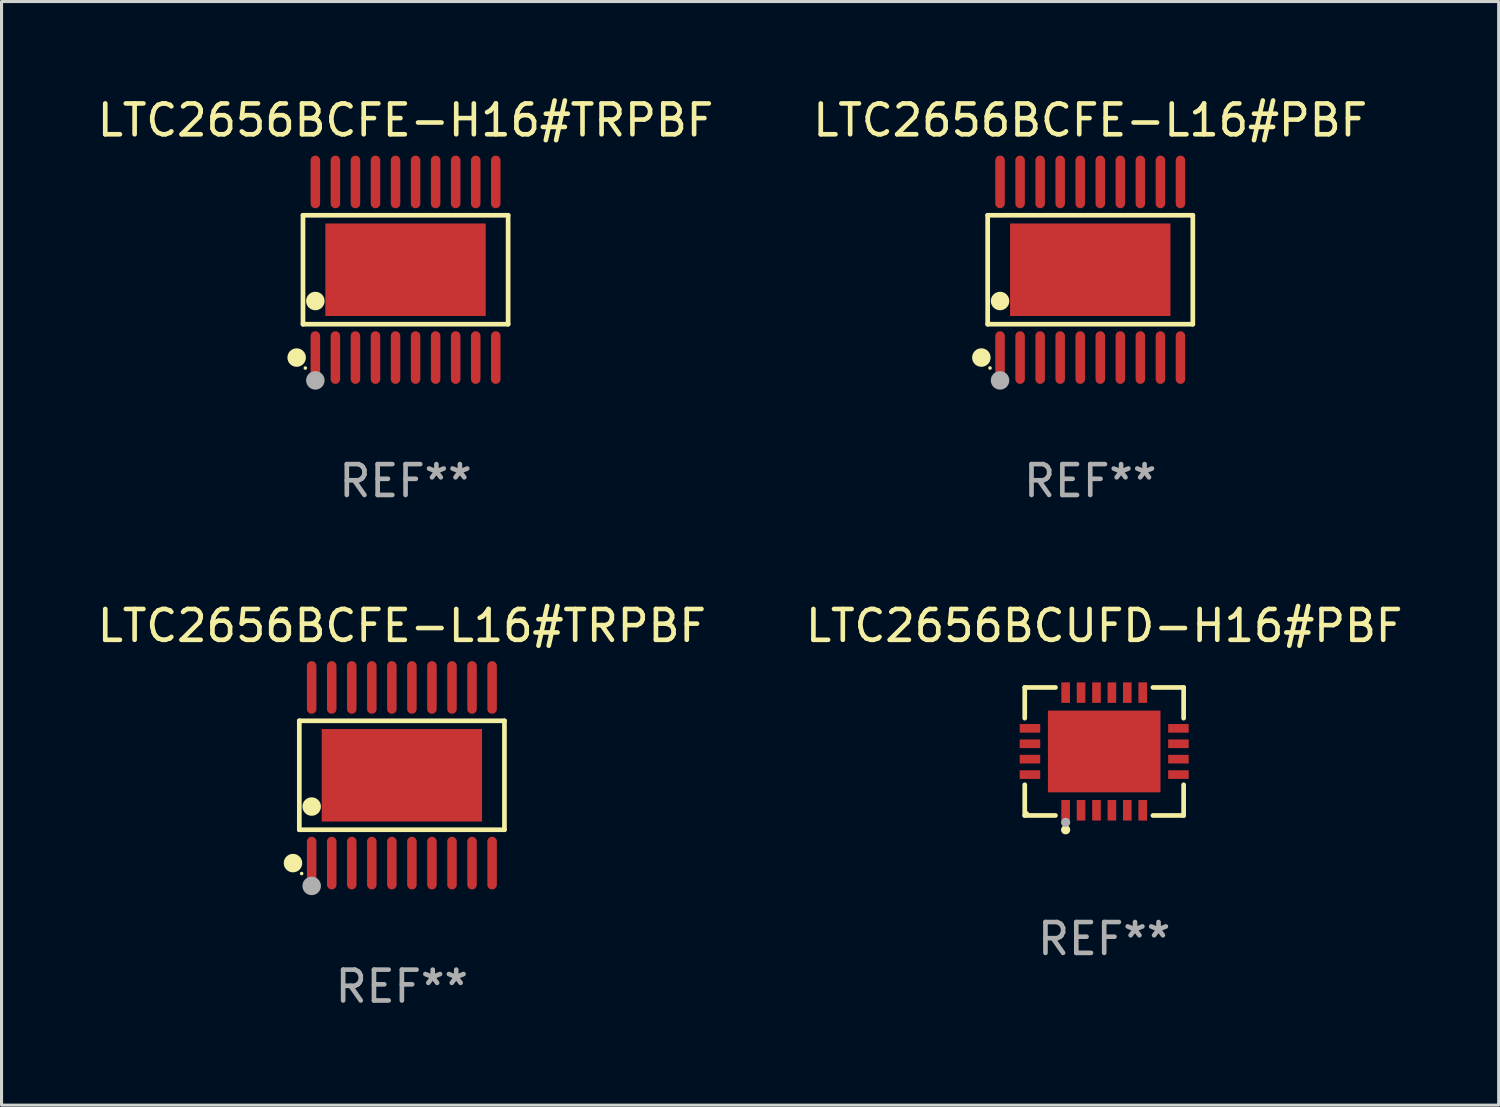
<source format=kicad_pcb>
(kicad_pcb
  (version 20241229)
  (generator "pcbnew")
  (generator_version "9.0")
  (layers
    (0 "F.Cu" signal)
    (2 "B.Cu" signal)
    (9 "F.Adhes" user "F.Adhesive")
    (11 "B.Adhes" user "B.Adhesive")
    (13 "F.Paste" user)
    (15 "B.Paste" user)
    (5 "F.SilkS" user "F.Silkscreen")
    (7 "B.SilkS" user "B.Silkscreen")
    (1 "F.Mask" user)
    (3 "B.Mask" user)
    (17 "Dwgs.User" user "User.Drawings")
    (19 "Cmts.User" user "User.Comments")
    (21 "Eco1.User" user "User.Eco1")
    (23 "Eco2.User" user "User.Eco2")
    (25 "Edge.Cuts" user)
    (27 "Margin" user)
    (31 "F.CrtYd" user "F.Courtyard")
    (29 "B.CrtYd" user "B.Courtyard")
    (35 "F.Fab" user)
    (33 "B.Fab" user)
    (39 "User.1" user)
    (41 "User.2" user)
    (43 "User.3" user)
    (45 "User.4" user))
  (footprint "LTC2656BCFE-L16#PBF"
    (layer "F.Cu")
    (at 32.304 5.697)
    (property "Reference" "LTC2656BCFE-L16#PBF" (at 0 -4.848 0) (layer "F.SilkS") (effects (font (size 1 1) (thickness 0.15))))
    (attr through_hole)
    (fp_line (start -3.326 -1.766) (end 3.326 -1.766) (stroke (width 0.152) (type solid)) (layer "F.SilkS"))
    (fp_line (start -3.326 1.766) (end -3.326 -1.766) (stroke (width 0.152) (type solid)) (layer "F.SilkS"))
    (fp_line (start 3.326 -1.766) (end 3.326 1.766) (stroke (width 0.152) (type solid)) (layer "F.SilkS"))
    (fp_line (start 3.326 1.766) (end -3.326 1.766) (stroke (width 0.152) (type solid)) (layer "F.SilkS"))
    (fp_circle (center -3.531 2.848) (end -3.381 2.848) (stroke (width 0.3) (type solid)) (fill no) (layer "F.SilkS"))
    (fp_circle (center -3.25 3.187) (end -3.22 3.187) (stroke (width 0.06) (type solid)) (fill no) (layer "F.SilkS"))
    (fp_circle (center -2.925 1.014) (end -2.775 1.014) (stroke (width 0.3) (type solid)) (fill no) (layer "F.SilkS"))
    (fp_circle (center -2.925 3.588) (end -2.775 3.588) (stroke (width 0.3) (type solid)) (fill no) (layer "F.Fab"))
    (fp_text user "REF**" (at 0 6.848 0) (layer "F.Fab") (effects (font (size 1 1) (thickness 0.15))))
    (pad "1" smd oval (at -2.925 2.848) (size 0.308 1.707) (layers "F.Cu" "F.Mask" "F.Paste"))
    (pad "2" smd oval (at -2.275 2.848) (size 0.308 1.707) (layers "F.Cu" "F.Mask" "F.Paste"))
    (pad "3" smd oval (at -1.625 2.848) (size 0.308 1.707) (layers "F.Cu" "F.Mask" "F.Paste"))
    (pad "4" smd oval (at -0.975 2.848) (size 0.308 1.707) (layers "F.Cu" "F.Mask" "F.Paste"))
    (pad "5" smd oval (at -0.325 2.848) (size 0.308 1.707) (layers "F.Cu" "F.Mask" "F.Paste"))
    (pad "6" smd oval (at 0.325 2.848) (size 0.308 1.707) (layers "F.Cu" "F.Mask" "F.Paste"))
    (pad "7" smd oval (at 0.975 2.848) (size 0.308 1.707) (layers "F.Cu" "F.Mask" "F.Paste"))
    (pad "8" smd oval (at 1.625 2.848) (size 0.308 1.707) (layers "F.Cu" "F.Mask" "F.Paste"))
    (pad "9" smd oval (at 2.275 2.848) (size 0.308 1.707) (layers "F.Cu" "F.Mask" "F.Paste"))
    (pad "10" smd oval (at 2.925 2.848) (size 0.308 1.707) (layers "F.Cu" "F.Mask" "F.Paste"))
    (pad "11" smd oval (at 2.925 -2.848) (size 0.308 1.707) (layers "F.Cu" "F.Mask" "F.Paste"))
    (pad "12" smd oval (at 2.275 -2.848) (size 0.308 1.707) (layers "F.Cu" "F.Mask" "F.Paste"))
    (pad "13" smd oval (at 1.625 -2.848) (size 0.308 1.707) (layers "F.Cu" "F.Mask" "F.Paste"))
    (pad "14" smd oval (at 0.975 -2.848) (size 0.308 1.707) (layers "F.Cu" "F.Mask" "F.Paste"))
    (pad "15" smd oval (at 0.325 -2.848) (size 0.308 1.707) (layers "F.Cu" "F.Mask" "F.Paste"))
    (pad "16" smd oval (at -0.325 -2.848) (size 0.308 1.707) (layers "F.Cu" "F.Mask" "F.Paste"))
    (pad "17" smd oval (at -0.975 -2.848) (size 0.308 1.707) (layers "F.Cu" "F.Mask" "F.Paste"))
    (pad "18" smd oval (at -1.625 -2.848) (size 0.308 1.707) (layers "F.Cu" "F.Mask" "F.Paste"))
    (pad "19" smd oval (at -2.275 -2.848) (size 0.308 1.707) (layers "F.Cu" "F.Mask" "F.Paste"))
    (pad "20" smd oval (at -2.925 -2.848) (size 0.308 1.707) (layers "F.Cu" "F.Mask" "F.Paste"))
    (pad "21" smd rect (at 0 0) (size 5.2 3) (layers "F.Cu" "F.Mask" "F.Paste")))
  (footprint "LTC2656BCFE-L16#TRPBF"
    (layer "F.Cu")
    (at 9.982 22.09)
    (property "Reference" "LTC2656BCFE-L16#TRPBF" (at 0 -4.848 0) (layer "F.SilkS") (effects (font (size 1 1) (thickness 0.15))))
    (attr through_hole)
    (fp_line (start -3.326 -1.766) (end 3.326 -1.766) (stroke (width 0.152) (type solid)) (layer "F.SilkS"))
    (fp_line (start -3.326 1.766) (end -3.326 -1.766) (stroke (width 0.152) (type solid)) (layer "F.SilkS"))
    (fp_line (start 3.326 -1.766) (end 3.326 1.766) (stroke (width 0.152) (type solid)) (layer "F.SilkS"))
    (fp_line (start 3.326 1.766) (end -3.326 1.766) (stroke (width 0.152) (type solid)) (layer "F.SilkS"))
    (fp_circle (center -3.531 2.848) (end -3.381 2.848) (stroke (width 0.3) (type solid)) (fill no) (layer "F.SilkS"))
    (fp_circle (center -3.25 3.187) (end -3.22 3.187) (stroke (width 0.06) (type solid)) (fill no) (layer "F.SilkS"))
    (fp_circle (center -2.925 1.014) (end -2.775 1.014) (stroke (width 0.3) (type solid)) (fill no) (layer "F.SilkS"))
    (fp_circle (center -2.925 3.588) (end -2.775 3.588) (stroke (width 0.3) (type solid)) (fill no) (layer "F.Fab"))
    (fp_text user "REF**" (at 0 6.848 0) (layer "F.Fab") (effects (font (size 1 1) (thickness 0.15))))
    (pad "1" smd oval (at -2.925 2.848) (size 0.308 1.707) (layers "F.Cu" "F.Mask" "F.Paste"))
    (pad "2" smd oval (at -2.275 2.848) (size 0.308 1.707) (layers "F.Cu" "F.Mask" "F.Paste"))
    (pad "3" smd oval (at -1.625 2.848) (size 0.308 1.707) (layers "F.Cu" "F.Mask" "F.Paste"))
    (pad "4" smd oval (at -0.975 2.848) (size 0.308 1.707) (layers "F.Cu" "F.Mask" "F.Paste"))
    (pad "5" smd oval (at -0.325 2.848) (size 0.308 1.707) (layers "F.Cu" "F.Mask" "F.Paste"))
    (pad "6" smd oval (at 0.325 2.848) (size 0.308 1.707) (layers "F.Cu" "F.Mask" "F.Paste"))
    (pad "7" smd oval (at 0.975 2.848) (size 0.308 1.707) (layers "F.Cu" "F.Mask" "F.Paste"))
    (pad "8" smd oval (at 1.625 2.848) (size 0.308 1.707) (layers "F.Cu" "F.Mask" "F.Paste"))
    (pad "9" smd oval (at 2.275 2.848) (size 0.308 1.707) (layers "F.Cu" "F.Mask" "F.Paste"))
    (pad "10" smd oval (at 2.925 2.848) (size 0.308 1.707) (layers "F.Cu" "F.Mask" "F.Paste"))
    (pad "11" smd oval (at 2.925 -2.848) (size 0.308 1.707) (layers "F.Cu" "F.Mask" "F.Paste"))
    (pad "12" smd oval (at 2.275 -2.848) (size 0.308 1.707) (layers "F.Cu" "F.Mask" "F.Paste"))
    (pad "13" smd oval (at 1.625 -2.848) (size 0.308 1.707) (layers "F.Cu" "F.Mask" "F.Paste"))
    (pad "14" smd oval (at 0.975 -2.848) (size 0.308 1.707) (layers "F.Cu" "F.Mask" "F.Paste"))
    (pad "15" smd oval (at 0.325 -2.848) (size 0.308 1.707) (layers "F.Cu" "F.Mask" "F.Paste"))
    (pad "16" smd oval (at -0.325 -2.848) (size 0.308 1.707) (layers "F.Cu" "F.Mask" "F.Paste"))
    (pad "17" smd oval (at -0.975 -2.848) (size 0.308 1.707) (layers "F.Cu" "F.Mask" "F.Paste"))
    (pad "18" smd oval (at -1.625 -2.848) (size 0.308 1.707) (layers "F.Cu" "F.Mask" "F.Paste"))
    (pad "19" smd oval (at -2.275 -2.848) (size 0.308 1.707) (layers "F.Cu" "F.Mask" "F.Paste"))
    (pad "20" smd oval (at -2.925 -2.848) (size 0.308 1.707) (layers "F.Cu" "F.Mask" "F.Paste"))
    (pad "21" smd rect (at 0 0) (size 5.2 3) (layers "F.Cu" "F.Mask" "F.Paste")))
  (footprint "LTC2656BCFE-H16#TRPBF"
    (layer "F.Cu")
    (at 10.101 5.697)
    (property "Reference" "LTC2656BCFE-H16#TRPBF" (at 0 -4.848 0) (layer "F.SilkS") (effects (font (size 1 1) (thickness 0.15))))
    (attr through_hole)
    (fp_line (start -3.326 -1.766) (end 3.326 -1.766) (stroke (width 0.152) (type solid)) (layer "F.SilkS"))
    (fp_line (start -3.326 1.766) (end -3.326 -1.766) (stroke (width 0.152) (type solid)) (layer "F.SilkS"))
    (fp_line (start 3.326 -1.766) (end 3.326 1.766) (stroke (width 0.152) (type solid)) (layer "F.SilkS"))
    (fp_line (start 3.326 1.766) (end -3.326 1.766) (stroke (width 0.152) (type solid)) (layer "F.SilkS"))
    (fp_circle (center -3.531 2.848) (end -3.381 2.848) (stroke (width 0.3) (type solid)) (fill no) (layer "F.SilkS"))
    (fp_circle (center -3.25 3.187) (end -3.22 3.187) (stroke (width 0.06) (type solid)) (fill no) (layer "F.SilkS"))
    (fp_circle (center -2.925 1.014) (end -2.775 1.014) (stroke (width 0.3) (type solid)) (fill no) (layer "F.SilkS"))
    (fp_circle (center -2.925 3.588) (end -2.775 3.588) (stroke (width 0.3) (type solid)) (fill no) (layer "F.Fab"))
    (fp_text user "REF**" (at 0 6.848 0) (layer "F.Fab") (effects (font (size 1 1) (thickness 0.15))))
    (pad "1" smd oval (at -2.925 2.848) (size 0.308 1.707) (layers "F.Cu" "F.Mask" "F.Paste"))
    (pad "2" smd oval (at -2.275 2.848) (size 0.308 1.707) (layers "F.Cu" "F.Mask" "F.Paste"))
    (pad "3" smd oval (at -1.625 2.848) (size 0.308 1.707) (layers "F.Cu" "F.Mask" "F.Paste"))
    (pad "4" smd oval (at -0.975 2.848) (size 0.308 1.707) (layers "F.Cu" "F.Mask" "F.Paste"))
    (pad "5" smd oval (at -0.325 2.848) (size 0.308 1.707) (layers "F.Cu" "F.Mask" "F.Paste"))
    (pad "6" smd oval (at 0.325 2.848) (size 0.308 1.707) (layers "F.Cu" "F.Mask" "F.Paste"))
    (pad "7" smd oval (at 0.975 2.848) (size 0.308 1.707) (layers "F.Cu" "F.Mask" "F.Paste"))
    (pad "8" smd oval (at 1.625 2.848) (size 0.308 1.707) (layers "F.Cu" "F.Mask" "F.Paste"))
    (pad "9" smd oval (at 2.275 2.848) (size 0.308 1.707) (layers "F.Cu" "F.Mask" "F.Paste"))
    (pad "10" smd oval (at 2.925 2.848) (size 0.308 1.707) (layers "F.Cu" "F.Mask" "F.Paste"))
    (pad "11" smd oval (at 2.925 -2.848) (size 0.308 1.707) (layers "F.Cu" "F.Mask" "F.Paste"))
    (pad "12" smd oval (at 2.275 -2.848) (size 0.308 1.707) (layers "F.Cu" "F.Mask" "F.Paste"))
    (pad "13" smd oval (at 1.625 -2.848) (size 0.308 1.707) (layers "F.Cu" "F.Mask" "F.Paste"))
    (pad "14" smd oval (at 0.975 -2.848) (size 0.308 1.707) (layers "F.Cu" "F.Mask" "F.Paste"))
    (pad "15" smd oval (at 0.325 -2.848) (size 0.308 1.707) (layers "F.Cu" "F.Mask" "F.Paste"))
    (pad "16" smd oval (at -0.325 -2.848) (size 0.308 1.707) (layers "F.Cu" "F.Mask" "F.Paste"))
    (pad "17" smd oval (at -0.975 -2.848) (size 0.308 1.707) (layers "F.Cu" "F.Mask" "F.Paste"))
    (pad "18" smd oval (at -1.625 -2.848) (size 0.308 1.707) (layers "F.Cu" "F.Mask" "F.Paste"))
    (pad "19" smd oval (at -2.275 -2.848) (size 0.308 1.707) (layers "F.Cu" "F.Mask" "F.Paste"))
    (pad "20" smd oval (at -2.925 -2.848) (size 0.308 1.707) (layers "F.Cu" "F.Mask" "F.Paste"))
    (pad "21" smd rect (at 0 0) (size 5.2 3) (layers "F.Cu" "F.Mask" "F.Paste")))
  (footprint "LTC2656BCUFD-H16#PBF"
    (layer "F.Cu")
    (at 32.756 21.318)
    (property "Reference" "LTC2656BCUFD-H16#PBF" (at 0 -4.076 0) (layer "F.SilkS") (effects (font (size 1 1) (thickness 0.15))))
    (attr through_hole)
    (fp_line (start -2.576 -2.076) (end -1.58 -2.076) (stroke (width 0.152) (type solid)) (layer "F.SilkS"))
    (fp_line (start -2.576 -1.08) (end -2.576 -2.076) (stroke (width 0.152) (type solid)) (layer "F.SilkS"))
    (fp_line (start -2.576 1.08) (end -2.576 2.076) (stroke (width 0.152) (type solid)) (layer "F.SilkS"))
    (fp_line (start -2.576 2.076) (end -1.58 2.076) (stroke (width 0.152) (type solid)) (layer "F.SilkS"))
    (fp_line (start 2.576 -2.076) (end 1.58 -2.076) (stroke (width 0.152) (type solid)) (layer "F.SilkS"))
    (fp_line (start 2.576 -1.08) (end 2.576 -2.076) (stroke (width 0.152) (type solid)) (layer "F.SilkS"))
    (fp_line (start 2.576 1.08) (end 2.576 2.076) (stroke (width 0.152) (type solid)) (layer "F.SilkS"))
    (fp_line (start 2.576 2.076) (end 1.58 2.076) (stroke (width 0.152) (type solid)) (layer "F.SilkS"))
    (fp_circle (center -2.5 2) (end -2.47 2) (stroke (width 0.06) (type solid)) (fill no) (layer "F.SilkS"))
    (fp_circle (center -1.25 2.54) (end -1.175 2.54) (stroke (width 0.15) (type solid)) (fill no) (layer "F.SilkS"))
    (fp_circle (center -1.25 2.3) (end -1.175 2.3) (stroke (width 0.15) (type solid)) (fill no) (layer "F.Fab"))
    (fp_text user "REF**" (at 0 6.076 0) (layer "F.Fab") (effects (font (size 1 1) (thickness 0.15))))
    (pad "1" smd rect (at -1.25 1.908) (size 0.28 0.665) (layers "F.Cu" "F.Mask" "F.Paste"))
    (pad "2" smd rect (at -0.75 1.908) (size 0.28 0.665) (layers "F.Cu" "F.Mask" "F.Paste"))
    (pad "3" smd rect (at -0.25 1.908) (size 0.28 0.665) (layers "F.Cu" "F.Mask" "F.Paste"))
    (pad "4" smd rect (at 0.25 1.908) (size 0.28 0.665) (layers "F.Cu" "F.Mask" "F.Paste"))
    (pad "5" smd rect (at 0.75 1.908) (size 0.28 0.665) (layers "F.Cu" "F.Mask" "F.Paste"))
    (pad "6" smd rect (at 1.25 1.908) (size 0.28 0.665) (layers "F.Cu" "F.Mask" "F.Paste"))
    (pad "7" smd rect (at 2.407 0.75) (size 0.665 0.28) (layers "F.Cu" "F.Mask" "F.Paste"))
    (pad "8" smd rect (at 2.407 0.25) (size 0.665 0.28) (layers "F.Cu" "F.Mask" "F.Paste"))
    (pad "9" smd rect (at 2.407 -0.25) (size 0.665 0.28) (layers "F.Cu" "F.Mask" "F.Paste"))
    (pad "10" smd rect (at 2.407 -0.75) (size 0.665 0.28) (layers "F.Cu" "F.Mask" "F.Paste"))
    (pad "11" smd rect (at 1.25 -1.908) (size 0.28 0.665) (layers "F.Cu" "F.Mask" "F.Paste"))
    (pad "12" smd rect (at 0.75 -1.908) (size 0.28 0.665) (layers "F.Cu" "F.Mask" "F.Paste"))
    (pad "13" smd rect (at 0.25 -1.908) (size 0.28 0.665) (layers "F.Cu" "F.Mask" "F.Paste"))
    (pad "14" smd rect (at -0.25 -1.908) (size 0.28 0.665) (layers "F.Cu" "F.Mask" "F.Paste"))
    (pad "15" smd rect (at -0.75 -1.908) (size 0.28 0.665) (layers "F.Cu" "F.Mask" "F.Paste"))
    (pad "16" smd rect (at -1.25 -1.908) (size 0.28 0.665) (layers "F.Cu" "F.Mask" "F.Paste"))
    (pad "17" smd rect (at -2.407 -0.75) (size 0.665 0.28) (layers "F.Cu" "F.Mask" "F.Paste"))
    (pad "18" smd rect (at -2.407 -0.25) (size 0.665 0.28) (layers "F.Cu" "F.Mask" "F.Paste"))
    (pad "19" smd rect (at -2.407 0.25) (size 0.665 0.28) (layers "F.Cu" "F.Mask" "F.Paste"))
    (pad "20" smd rect (at -2.407 0.75) (size 0.665 0.28) (layers "F.Cu" "F.Mask" "F.Paste"))
    (pad "21" smd rect (at 0 0) (size 3.65 2.65) (layers "F.Cu" "F.Mask" "F.Paste")))
  (gr_rect
    (start -3 -3)
    (end 45.548 32.786)
    (stroke (width 0.1) (type default))
    (fill no)
    (layer "Edge.Cuts")))
</source>
